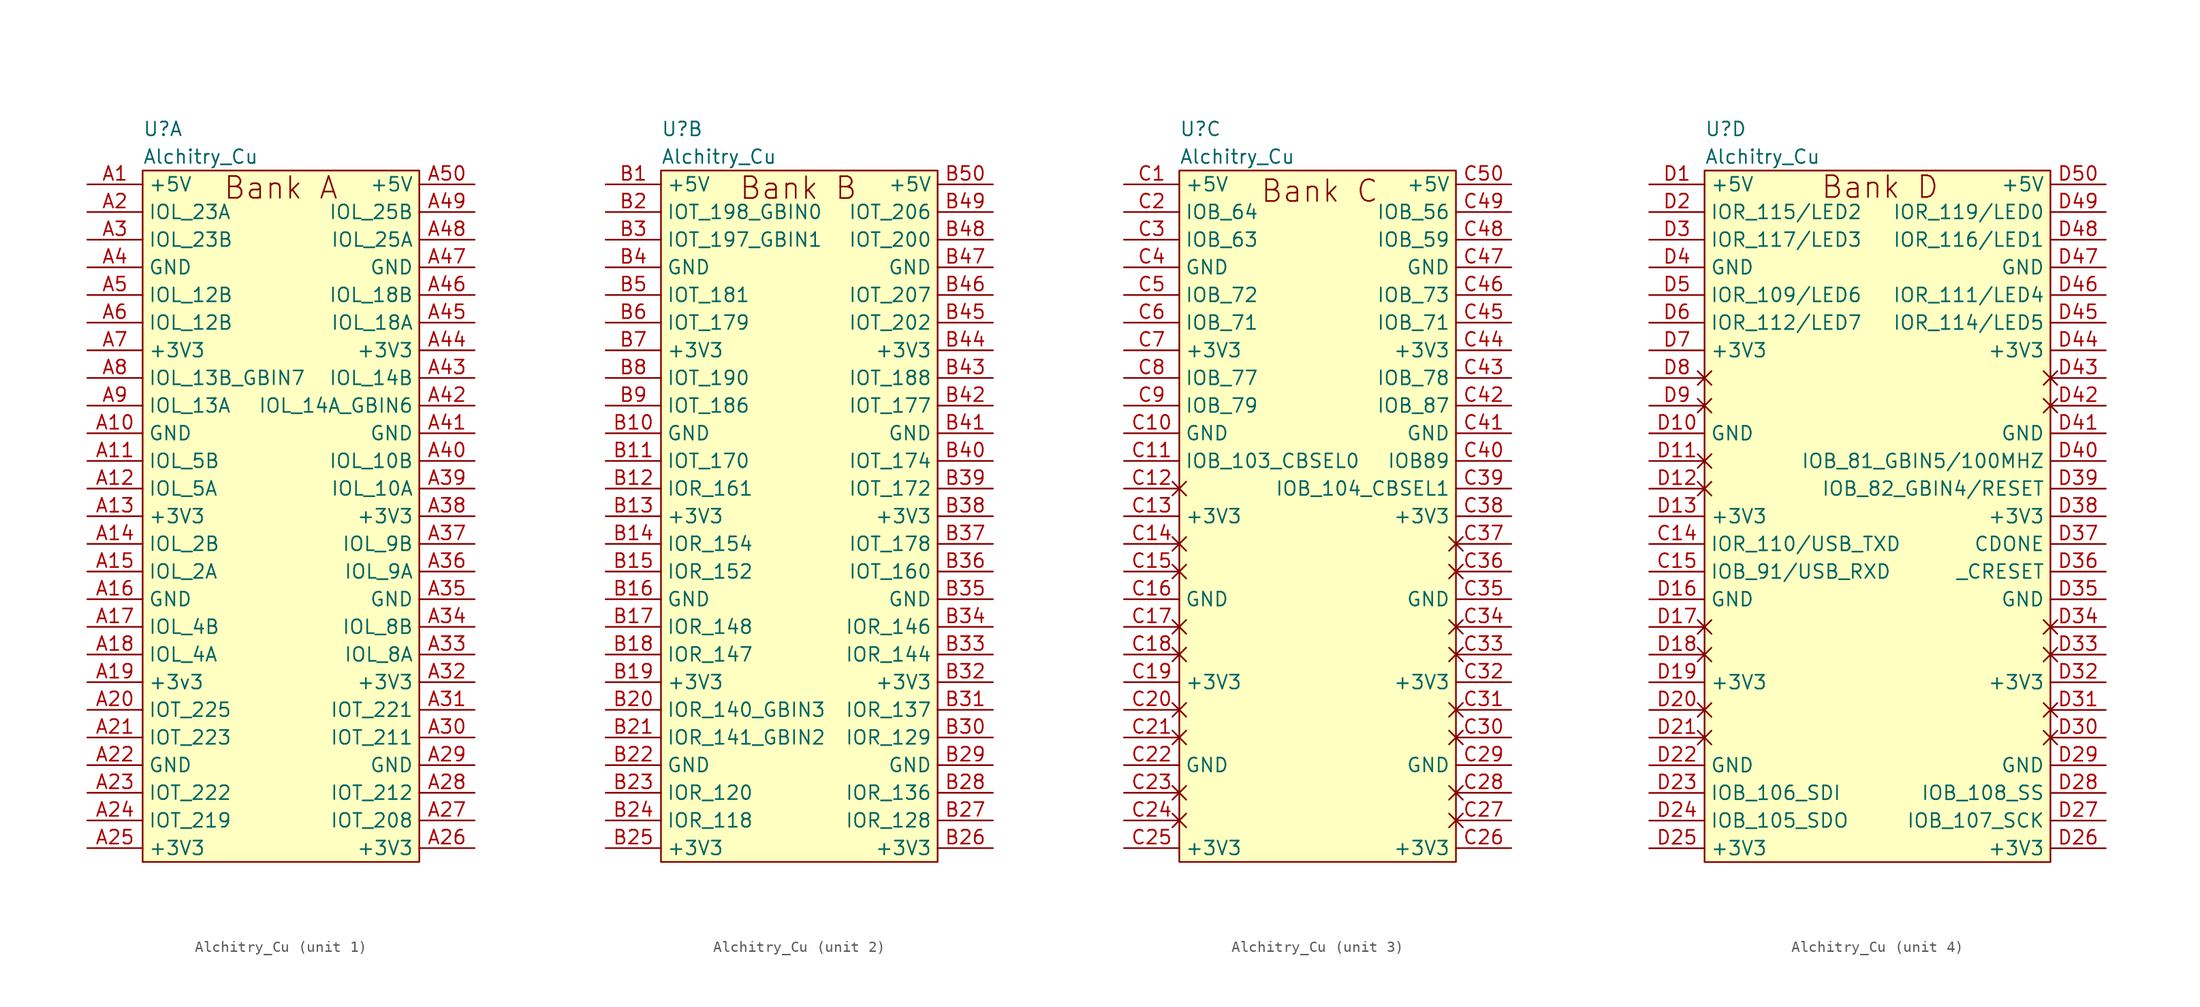
<source format=kicad_sym>
(kicad_symbol_lib
  (version 20211014)
  (generator kicad_symbol_editor)
  (symbol "Alchitry_Cu"
    (property "Reference" "U"
      (at 0 5.08 0)
      (effects (font (size 1.27 1.27)) (justify left)))
    (property "Value" "Alchitry_Cu"
      (at 0 2.54 0)
      (effects (font (size 1.27 1.27)) (justify left)))
    (property "ki_locked" ""
      (at 0 0 0)
      (effects (font (size 1.27 1.27))))
    (symbol "Alchitry_Cu_1_0"
      (text "Bank A" (at 12.692 -0.314 0) (effects (font (size 2 2)))))
    (symbol "Alchitry_Cu_1_1"
      (rectangle (start 0 1.27) (end 25.4 -62.23) (stroke (width 0) (type default) (color 0 0 0 0)) (fill (type background)))
      (pin power_out line (at -5.08 0 0) (length 5.08) (name "+5V" (effects (font (size 1.27 1.27)))) (number "A1" (effects (font (size 1.27 1.27)))))
      (pin power_out line (at -5.08 -22.86 0) (length 5.08) (name "GND" (effects (font (size 1.27 1.27)))) (number "A10" (effects (font (size 1.27 1.27)))))
      (pin bidirectional line (at -5.08 -25.4 0) (length 5.08) (name "IOL_5B" (effects (font (size 1.27 1.27)))) (number "A11" (effects (font (size 1.27 1.27)))))
      (pin bidirectional line (at -5.08 -27.94 0) (length 5.08) (name "IOL_5A" (effects (font (size 1.27 1.27)))) (number "A12" (effects (font (size 1.27 1.27)))))
      (pin power_out line (at -5.08 -30.48 0) (length 5.08) (name "+3V3" (effects (font (size 1.27 1.27)))) (number "A13" (effects (font (size 1.27 1.27)))))
      (pin bidirectional line (at -5.08 -33.02 0) (length 5.08) (name "IOL_2B" (effects (font (size 1.27 1.27)))) (number "A14" (effects (font (size 1.27 1.27)))))
      (pin bidirectional line (at -5.08 -35.56 0) (length 5.08) (name "IOL_2A" (effects (font (size 1.27 1.27)))) (number "A15" (effects (font (size 1.27 1.27)))))
      (pin power_out line (at -5.08 -38.1 0) (length 5.08) (name "GND" (effects (font (size 1.27 1.27)))) (number "A16" (effects (font (size 1.27 1.27)))))
      (pin bidirectional line (at -5.08 -40.64 0) (length 5.08) (name "IOL_4B" (effects (font (size 1.27 1.27)))) (number "A17" (effects (font (size 1.27 1.27)))))
      (pin bidirectional line (at -5.08 -43.18 0) (length 5.08) (name "IOL_4A" (effects (font (size 1.27 1.27)))) (number "A18" (effects (font (size 1.27 1.27)))))
      (pin power_out line (at -5.08 -45.72 0) (length 5.08) (name "+3v3" (effects (font (size 1.27 1.27)))) (number "A19" (effects (font (size 1.27 1.27)))))
      (pin bidirectional line (at -5.08 -2.54 0) (length 5.08) (name "IOL_23A" (effects (font (size 1.27 1.27)))) (number "A2" (effects (font (size 1.27 1.27)))))
      (pin bidirectional line (at -5.08 -48.26 0) (length 5.08) (name "IOT_225" (effects (font (size 1.27 1.27)))) (number "A20" (effects (font (size 1.27 1.27)))))
      (pin bidirectional line (at -5.08 -50.8 0) (length 5.08) (name "IOT_223" (effects (font (size 1.27 1.27)))) (number "A21" (effects (font (size 1.27 1.27)))))
      (pin power_out line (at -5.08 -53.34 0) (length 5.08) (name "GND" (effects (font (size 1.27 1.27)))) (number "A22" (effects (font (size 1.27 1.27)))))
      (pin bidirectional line (at -5.08 -55.88 0) (length 5.08) (name "IOT_222" (effects (font (size 1.27 1.27)))) (number "A23" (effects (font (size 1.27 1.27)))))
      (pin bidirectional line (at -5.08 -58.42 0) (length 5.08) (name "IOT_219" (effects (font (size 1.27 1.27)))) (number "A24" (effects (font (size 1.27 1.27)))))
      (pin power_out line (at -5.08 -60.96 0) (length 5.08) (name "+3V3" (effects (font (size 1.27 1.27)))) (number "A25" (effects (font (size 1.27 1.27)))))
      (pin power_out line (at 30.48 -60.96 180) (length 5.08) (name "+3V3" (effects (font (size 1.27 1.27)))) (number "A26" (effects (font (size 1.27 1.27)))))
      (pin bidirectional line (at 30.48 -58.42 180) (length 5.08) (name "IOT_208" (effects (font (size 1.27 1.27)))) (number "A27" (effects (font (size 1.27 1.27)))))
      (pin bidirectional line (at 30.48 -55.88 180) (length 5.08) (name "IOT_212" (effects (font (size 1.27 1.27)))) (number "A28" (effects (font (size 1.27 1.27)))))
      (pin power_out line (at 30.48 -53.34 180) (length 5.08) (name "GND" (effects (font (size 1.27 1.27)))) (number "A29" (effects (font (size 1.27 1.27)))))
      (pin bidirectional line (at -5.08 -5.08 0) (length 5.08) (name "IOL_23B" (effects (font (size 1.27 1.27)))) (number "A3" (effects (font (size 1.27 1.27)))))
      (pin bidirectional line (at 30.48 -50.8 180) (length 5.08) (name "IOT_211" (effects (font (size 1.27 1.27)))) (number "A30" (effects (font (size 1.27 1.27)))))
      (pin bidirectional line (at 30.48 -48.26 180) (length 5.08) (name "IOT_221" (effects (font (size 1.27 1.27)))) (number "A31" (effects (font (size 1.27 1.27)))))
      (pin power_out line (at 30.48 -45.72 180) (length 5.08) (name "+3V3" (effects (font (size 1.27 1.27)))) (number "A32" (effects (font (size 1.27 1.27)))))
      (pin bidirectional line (at 30.48 -43.18 180) (length 5.08) (name "IOL_8A" (effects (font (size 1.27 1.27)))) (number "A33" (effects (font (size 1.27 1.27)))))
      (pin bidirectional line (at 30.48 -40.64 180) (length 5.08) (name "IOL_8B" (effects (font (size 1.27 1.27)))) (number "A34" (effects (font (size 1.27 1.27)))))
      (pin power_out line (at 30.48 -38.1 180) (length 5.08) (name "GND" (effects (font (size 1.27 1.27)))) (number "A35" (effects (font (size 1.27 1.27)))))
      (pin bidirectional line (at 30.48 -35.56 180) (length 5.08) (name "IOL_9A" (effects (font (size 1.27 1.27)))) (number "A36" (effects (font (size 1.27 1.27)))))
      (pin bidirectional line (at 30.48 -33.02 180) (length 5.08) (name "IOL_9B" (effects (font (size 1.27 1.27)))) (number "A37" (effects (font (size 1.27 1.27)))))
      (pin power_out line (at 30.48 -30.48 180) (length 5.08) (name "+3V3" (effects (font (size 1.27 1.27)))) (number "A38" (effects (font (size 1.27 1.27)))))
      (pin bidirectional line (at 30.48 -27.94 180) (length 5.08) (name "IOL_10A" (effects (font (size 1.27 1.27)))) (number "A39" (effects (font (size 1.27 1.27)))))
      (pin power_out line (at -5.08 -7.62 0) (length 5.08) (name "GND" (effects (font (size 1.27 1.27)))) (number "A4" (effects (font (size 1.27 1.27)))))
      (pin bidirectional line (at 30.48 -25.4 180) (length 5.08) (name "IOL_10B" (effects (font (size 1.27 1.27)))) (number "A40" (effects (font (size 1.27 1.27)))))
      (pin power_out line (at 30.48 -22.86 180) (length 5.08) (name "GND" (effects (font (size 1.27 1.27)))) (number "A41" (effects (font (size 1.27 1.27)))))
      (pin bidirectional line (at 30.48 -20.32 180) (length 5.08) (name "IOL_14A_GBIN6" (effects (font (size 1.27 1.27)))) (number "A42" (effects (font (size 1.27 1.27)))))
      (pin bidirectional line (at 30.48 -17.78 180) (length 5.08) (name "IOL_14B" (effects (font (size 1.27 1.27)))) (number "A43" (effects (font (size 1.27 1.27)))))
      (pin power_out line (at 30.48 -15.24 180) (length 5.08) (name "+3V3" (effects (font (size 1.27 1.27)))) (number "A44" (effects (font (size 1.27 1.27)))))
      (pin bidirectional line (at 30.48 -12.7 180) (length 5.08) (name "IOL_18A" (effects (font (size 1.27 1.27)))) (number "A45" (effects (font (size 1.27 1.27)))))
      (pin bidirectional line (at 30.48 -10.16 180) (length 5.08) (name "IOL_18B" (effects (font (size 1.27 1.27)))) (number "A46" (effects (font (size 1.27 1.27)))))
      (pin power_out line (at 30.48 -7.62 180) (length 5.08) (name "GND" (effects (font (size 1.27 1.27)))) (number "A47" (effects (font (size 1.27 1.27)))))
      (pin bidirectional line (at 30.48 -5.08 180) (length 5.08) (name "IOL_25A" (effects (font (size 1.27 1.27)))) (number "A48" (effects (font (size 1.27 1.27)))))
      (pin bidirectional line (at 30.48 -2.54 180) (length 5.08) (name "IOL_25B" (effects (font (size 1.27 1.27)))) (number "A49" (effects (font (size 1.27 1.27)))))
      (pin bidirectional line (at -5.08 -10.16 0) (length 5.08) (name "IOL_12B" (effects (font (size 1.27 1.27)))) (number "A5" (effects (font (size 1.27 1.27)))))
      (pin power_out line (at 30.48 0 180) (length 5.08) (name "+5V" (effects (font (size 1.27 1.27)))) (number "A50" (effects (font (size 1.27 1.27)))))
      (pin bidirectional line (at -5.08 -12.7 0) (length 5.08) (name "IOL_12B" (effects (font (size 1.27 1.27)))) (number "A6" (effects (font (size 1.27 1.27)))))
      (pin power_out line (at -5.08 -15.24 0) (length 5.08) (name "+3V3" (effects (font (size 1.27 1.27)))) (number "A7" (effects (font (size 1.27 1.27)))))
      (pin bidirectional line (at -5.08 -17.78 0) (length 5.08) (name "IOL_13B_GBIN7" (effects (font (size 1.27 1.27)))) (number "A8" (effects (font (size 1.27 1.27)))))
      (pin bidirectional line (at -5.08 -20.32 0) (length 5.08) (name "IOL_13A" (effects (font (size 1.27 1.27)))) (number "A9" (effects (font (size 1.27 1.27))))))
    (symbol "Alchitry_Cu_2_0"
      (text "Bank B" (at 12.607 -0.332 0) (effects (font (size 2 2)))))
    (symbol "Alchitry_Cu_2_1"
      (rectangle (start 0 1.27) (end 25.4 -62.23) (stroke (width 0) (type default) (color 0 0 0 0)) (fill (type background)))
      (pin power_out line (at -5.08 0 0) (length 5.08) (name "+5V" (effects (font (size 1.27 1.27)))) (number "B1" (effects (font (size 1.27 1.27)))))
      (pin power_out line (at -5.08 -22.86 0) (length 5.08) (name "GND" (effects (font (size 1.27 1.27)))) (number "B10" (effects (font (size 1.27 1.27)))))
      (pin bidirectional line (at -5.08 -25.4 0) (length 5.08) (name "IOT_170" (effects (font (size 1.27 1.27)))) (number "B11" (effects (font (size 1.27 1.27)))))
      (pin bidirectional line (at -5.08 -27.94 0) (length 5.08) (name "IOR_161" (effects (font (size 1.27 1.27)))) (number "B12" (effects (font (size 1.27 1.27)))))
      (pin power_out line (at -5.08 -30.48 0) (length 5.08) (name "+3V3" (effects (font (size 1.27 1.27)))) (number "B13" (effects (font (size 1.27 1.27)))))
      (pin bidirectional line (at -5.08 -33.02 0) (length 5.08) (name "IOR_154" (effects (font (size 1.27 1.27)))) (number "B14" (effects (font (size 1.27 1.27)))))
      (pin bidirectional line (at -5.08 -35.56 0) (length 5.08) (name "IOR_152" (effects (font (size 1.27 1.27)))) (number "B15" (effects (font (size 1.27 1.27)))))
      (pin power_out line (at -5.08 -38.1 0) (length 5.08) (name "GND" (effects (font (size 1.27 1.27)))) (number "B16" (effects (font (size 1.27 1.27)))))
      (pin bidirectional line (at -5.08 -40.64 0) (length 5.08) (name "IOR_148" (effects (font (size 1.27 1.27)))) (number "B17" (effects (font (size 1.27 1.27)))))
      (pin bidirectional line (at -5.08 -43.18 0) (length 5.08) (name "IOR_147" (effects (font (size 1.27 1.27)))) (number "B18" (effects (font (size 1.27 1.27)))))
      (pin power_out line (at -5.08 -45.72 0) (length 5.08) (name "+3V3" (effects (font (size 1.27 1.27)))) (number "B19" (effects (font (size 1.27 1.27)))))
      (pin bidirectional line (at -5.08 -2.54 0) (length 5.08) (name "IOT_198_GBIN0" (effects (font (size 1.27 1.27)))) (number "B2" (effects (font (size 1.27 1.27)))))
      (pin bidirectional line (at -5.08 -48.26 0) (length 5.08) (name "IOR_140_GBIN3" (effects (font (size 1.27 1.27)))) (number "B20" (effects (font (size 1.27 1.27)))))
      (pin bidirectional line (at -5.08 -50.8 0) (length 5.08) (name "IOR_141_GBIN2" (effects (font (size 1.27 1.27)))) (number "B21" (effects (font (size 1.27 1.27)))))
      (pin power_out line (at -5.08 -53.34 0) (length 5.08) (name "GND" (effects (font (size 1.27 1.27)))) (number "B22" (effects (font (size 1.27 1.27)))))
      (pin bidirectional line (at -5.08 -55.88 0) (length 5.08) (name "IOR_120" (effects (font (size 1.27 1.27)))) (number "B23" (effects (font (size 1.27 1.27)))))
      (pin bidirectional line (at -5.08 -58.42 0) (length 5.08) (name "IOR_118" (effects (font (size 1.27 1.27)))) (number "B24" (effects (font (size 1.27 1.27)))))
      (pin power_out line (at -5.08 -60.96 0) (length 5.08) (name "+3V3" (effects (font (size 1.27 1.27)))) (number "B25" (effects (font (size 1.27 1.27)))))
      (pin power_out line (at 30.48 -60.96 180) (length 5.08) (name "+3V3" (effects (font (size 1.27 1.27)))) (number "B26" (effects (font (size 1.27 1.27)))))
      (pin bidirectional line (at 30.48 -58.42 180) (length 5.08) (name "IOR_128" (effects (font (size 1.27 1.27)))) (number "B27" (effects (font (size 1.27 1.27)))))
      (pin bidirectional line (at 30.48 -55.88 180) (length 5.08) (name "IOR_136" (effects (font (size 1.27 1.27)))) (number "B28" (effects (font (size 1.27 1.27)))))
      (pin power_out line (at 30.48 -53.34 180) (length 5.08) (name "GND" (effects (font (size 1.27 1.27)))) (number "B29" (effects (font (size 1.27 1.27)))))
      (pin bidirectional line (at -5.08 -5.08 0) (length 5.08) (name "IOT_197_GBIN1" (effects (font (size 1.27 1.27)))) (number "B3" (effects (font (size 1.27 1.27)))))
      (pin bidirectional line (at 30.48 -50.8 180) (length 5.08) (name "IOR_129" (effects (font (size 1.27 1.27)))) (number "B30" (effects (font (size 1.27 1.27)))))
      (pin bidirectional line (at 30.48 -48.26 180) (length 5.08) (name "IOR_137" (effects (font (size 1.27 1.27)))) (number "B31" (effects (font (size 1.27 1.27)))))
      (pin power_out line (at 30.48 -45.72 180) (length 5.08) (name "+3V3" (effects (font (size 1.27 1.27)))) (number "B32" (effects (font (size 1.27 1.27)))))
      (pin bidirectional line (at 30.48 -43.18 180) (length 5.08) (name "IOR_144" (effects (font (size 1.27 1.27)))) (number "B33" (effects (font (size 1.27 1.27)))))
      (pin bidirectional line (at 30.48 -40.64 180) (length 5.08) (name "IOR_146" (effects (font (size 1.27 1.27)))) (number "B34" (effects (font (size 1.27 1.27)))))
      (pin power_out line (at 30.48 -38.1 180) (length 5.08) (name "GND" (effects (font (size 1.27 1.27)))) (number "B35" (effects (font (size 1.27 1.27)))))
      (pin bidirectional line (at 30.48 -35.56 180) (length 5.08) (name "IOT_160" (effects (font (size 1.27 1.27)))) (number "B36" (effects (font (size 1.27 1.27)))))
      (pin bidirectional line (at 30.48 -33.02 180) (length 5.08) (name "IOT_178" (effects (font (size 1.27 1.27)))) (number "B37" (effects (font (size 1.27 1.27)))))
      (pin power_out line (at 30.48 -30.48 180) (length 5.08) (name "+3V3" (effects (font (size 1.27 1.27)))) (number "B38" (effects (font (size 1.27 1.27)))))
      (pin bidirectional line (at 30.48 -27.94 180) (length 5.08) (name "IOT_172" (effects (font (size 1.27 1.27)))) (number "B39" (effects (font (size 1.27 1.27)))))
      (pin power_out line (at -5.08 -7.62 0) (length 5.08) (name "GND" (effects (font (size 1.27 1.27)))) (number "B4" (effects (font (size 1.27 1.27)))))
      (pin bidirectional line (at 30.48 -25.4 180) (length 5.08) (name "IOT_174" (effects (font (size 1.27 1.27)))) (number "B40" (effects (font (size 1.27 1.27)))))
      (pin power_out line (at 30.48 -22.86 180) (length 5.08) (name "GND" (effects (font (size 1.27 1.27)))) (number "B41" (effects (font (size 1.27 1.27)))))
      (pin bidirectional line (at 30.48 -20.32 180) (length 5.08) (name "IOT_177" (effects (font (size 1.27 1.27)))) (number "B42" (effects (font (size 1.27 1.27)))))
      (pin bidirectional line (at 30.48 -17.78 180) (length 5.08) (name "IOT_188" (effects (font (size 1.27 1.27)))) (number "B43" (effects (font (size 1.27 1.27)))))
      (pin power_out line (at 30.48 -15.24 180) (length 5.08) (name "+3V3" (effects (font (size 1.27 1.27)))) (number "B44" (effects (font (size 1.27 1.27)))))
      (pin bidirectional line (at 30.48 -12.7 180) (length 5.08) (name "IOT_202" (effects (font (size 1.27 1.27)))) (number "B45" (effects (font (size 1.27 1.27)))))
      (pin bidirectional line (at 30.48 -10.16 180) (length 5.08) (name "IOT_207" (effects (font (size 1.27 1.27)))) (number "B46" (effects (font (size 1.27 1.27)))))
      (pin power_out line (at 30.48 -7.62 180) (length 5.08) (name "GND" (effects (font (size 1.27 1.27)))) (number "B47" (effects (font (size 1.27 1.27)))))
      (pin bidirectional line (at 30.48 -5.08 180) (length 5.08) (name "IOT_200" (effects (font (size 1.27 1.27)))) (number "B48" (effects (font (size 1.27 1.27)))))
      (pin bidirectional line (at 30.48 -2.54 180) (length 5.08) (name "IOT_206" (effects (font (size 1.27 1.27)))) (number "B49" (effects (font (size 1.27 1.27)))))
      (pin bidirectional line (at -5.08 -10.16 0) (length 5.08) (name "IOT_181" (effects (font (size 1.27 1.27)))) (number "B5" (effects (font (size 1.27 1.27)))))
      (pin power_out line (at 30.48 0 180) (length 5.08) (name "+5V" (effects (font (size 1.27 1.27)))) (number "B50" (effects (font (size 1.27 1.27)))))
      (pin bidirectional line (at -5.08 -12.7 0) (length 5.08) (name "IOT_179" (effects (font (size 1.27 1.27)))) (number "B6" (effects (font (size 1.27 1.27)))))
      (pin power_out line (at -5.08 -15.24 0) (length 5.08) (name "+3V3" (effects (font (size 1.27 1.27)))) (number "B7" (effects (font (size 1.27 1.27)))))
      (pin bidirectional line (at -5.08 -17.78 0) (length 5.08) (name "IOT_190" (effects (font (size 1.27 1.27)))) (number "B8" (effects (font (size 1.27 1.27)))))
      (pin bidirectional line (at -5.08 -20.32 0) (length 5.08) (name "IOT_186" (effects (font (size 1.27 1.27)))) (number "B9" (effects (font (size 1.27 1.27))))))
    (symbol "Alchitry_Cu_3_0"
      (text "Bank C" (at 12.883 -0.608 0) (effects (font (size 2 2)))))
    (symbol "Alchitry_Cu_3_1"
      (rectangle (start 0 1.27) (end 25.4 -62.23) (stroke (width 0) (type default) (color 0 0 0 0)) (fill (type background)))
      (pin power_out line (at -5.08 0 0) (length 5.08) (name "+5V" (effects (font (size 1.27 1.27)))) (number "C1" (effects (font (size 1.27 1.27)))))
      (pin power_out line (at -5.08 -22.86 0) (length 5.08) (name "GND" (effects (font (size 1.27 1.27)))) (number "C10" (effects (font (size 1.27 1.27)))))
      (pin bidirectional line (at -5.08 -25.4 0) (length 5.08) (name "IOB_103_CBSEL0" (effects (font (size 1.27 1.27)))) (number "C11" (effects (font (size 1.27 1.27)))))
      (pin free non_logic (at -5.08 -27.94 0) (length 5.08) (name "" (effects (font (size 1.27 1.27)))) (number "C12" (effects (font (size 1.27 1.27)))))
      (pin power_out line (at -5.08 -30.48 0) (length 5.08) (name "+3V3" (effects (font (size 1.27 1.27)))) (number "C13" (effects (font (size 1.27 1.27)))))
      (pin free non_logic (at -5.08 -33.02 0) (length 5.08) (name "" (effects (font (size 1.27 1.27)))) (number "C14" (effects (font (size 1.27 1.27)))))
      (pin free non_logic (at -5.08 -35.56 0) (length 5.08) (name "" (effects (font (size 1.27 1.27)))) (number "C15" (effects (font (size 1.27 1.27)))))
      (pin power_out line (at -5.08 -38.1 0) (length 5.08) (name "GND" (effects (font (size 1.27 1.27)))) (number "C16" (effects (font (size 1.27 1.27)))))
      (pin free non_logic (at -5.08 -40.64 0) (length 5.08) (name "" (effects (font (size 1.27 1.27)))) (number "C17" (effects (font (size 1.27 1.27)))))
      (pin free non_logic (at -5.08 -43.18 0) (length 5.08) (name "" (effects (font (size 1.27 1.27)))) (number "C18" (effects (font (size 1.27 1.27)))))
      (pin power_out line (at -5.08 -45.72 0) (length 5.08) (name "+3V3" (effects (font (size 1.27 1.27)))) (number "C19" (effects (font (size 1.27 1.27)))))
      (pin bidirectional line (at -5.08 -2.54 0) (length 5.08) (name "IOB_64" (effects (font (size 1.27 1.27)))) (number "C2" (effects (font (size 1.27 1.27)))))
      (pin free non_logic (at -5.08 -48.26 0) (length 5.08) (name "" (effects (font (size 1.27 1.27)))) (number "C20" (effects (font (size 1.27 1.27)))))
      (pin free non_logic (at -5.08 -50.8 0) (length 5.08) (name "" (effects (font (size 1.27 1.27)))) (number "C21" (effects (font (size 1.27 1.27)))))
      (pin power_out line (at -5.08 -53.34 0) (length 5.08) (name "GND" (effects (font (size 1.27 1.27)))) (number "C22" (effects (font (size 1.27 1.27)))))
      (pin free non_logic (at -5.08 -55.88 0) (length 5.08) (name "" (effects (font (size 1.27 1.27)))) (number "C23" (effects (font (size 1.27 1.27)))))
      (pin free non_logic (at -5.08 -58.42 0) (length 5.08) (name "" (effects (font (size 1.27 1.27)))) (number "C24" (effects (font (size 1.27 1.27)))))
      (pin power_out line (at -5.08 -60.96 0) (length 5.08) (name "+3V3" (effects (font (size 1.27 1.27)))) (number "C25" (effects (font (size 1.27 1.27)))))
      (pin power_out line (at 30.48 -60.96 180) (length 5.08) (name "+3V3" (effects (font (size 1.27 1.27)))) (number "C26" (effects (font (size 1.27 1.27)))))
      (pin free non_logic (at 30.48 -58.42 180) (length 5.08) (name "" (effects (font (size 1.27 1.27)))) (number "C27" (effects (font (size 1.27 1.27)))))
      (pin free non_logic (at 30.48 -55.88 180) (length 5.08) (name "" (effects (font (size 1.27 1.27)))) (number "C28" (effects (font (size 1.27 1.27)))))
      (pin power_out line (at 30.48 -53.34 180) (length 5.08) (name "GND" (effects (font (size 1.27 1.27)))) (number "C29" (effects (font (size 1.27 1.27)))))
      (pin bidirectional line (at -5.08 -5.08 0) (length 5.08) (name "IOB_63" (effects (font (size 1.27 1.27)))) (number "C3" (effects (font (size 1.27 1.27)))))
      (pin free non_logic (at 30.48 -50.8 180) (length 5.08) (name "" (effects (font (size 1.27 1.27)))) (number "C30" (effects (font (size 1.27 1.27)))))
      (pin free non_logic (at 30.48 -48.26 180) (length 5.08) (name "" (effects (font (size 1.27 1.27)))) (number "C31" (effects (font (size 1.27 1.27)))))
      (pin power_out line (at 30.48 -45.72 180) (length 5.08) (name "+3V3" (effects (font (size 1.27 1.27)))) (number "C32" (effects (font (size 1.27 1.27)))))
      (pin free non_logic (at 30.48 -43.18 180) (length 5.08) (name "" (effects (font (size 1.27 1.27)))) (number "C33" (effects (font (size 1.27 1.27)))))
      (pin free non_logic (at 30.48 -40.64 180) (length 5.08) (name "" (effects (font (size 1.27 1.27)))) (number "C34" (effects (font (size 1.27 1.27)))))
      (pin power_out line (at 30.48 -38.1 180) (length 5.08) (name "GND" (effects (font (size 1.27 1.27)))) (number "C35" (effects (font (size 1.27 1.27)))))
      (pin free non_logic (at 30.48 -35.56 180) (length 5.08) (name "" (effects (font (size 1.27 1.27)))) (number "C36" (effects (font (size 1.27 1.27)))))
      (pin free non_logic (at 30.48 -33.02 180) (length 5.08) (name "" (effects (font (size 1.27 1.27)))) (number "C37" (effects (font (size 1.27 1.27)))))
      (pin power_out line (at 30.48 -30.48 180) (length 5.08) (name "+3V3" (effects (font (size 1.27 1.27)))) (number "C38" (effects (font (size 1.27 1.27)))))
      (pin bidirectional line (at 30.48 -27.94 180) (length 5.08) (name "IOB_104_CBSEL1" (effects (font (size 1.27 1.27)))) (number "C39" (effects (font (size 1.27 1.27)))))
      (pin power_out line (at -5.08 -7.62 0) (length 5.08) (name "GND" (effects (font (size 1.27 1.27)))) (number "C4" (effects (font (size 1.27 1.27)))))
      (pin bidirectional line (at 30.48 -25.4 180) (length 5.08) (name "IOB89" (effects (font (size 1.27 1.27)))) (number "C40" (effects (font (size 1.27 1.27)))))
      (pin power_out line (at 30.48 -22.86 180) (length 5.08) (name "GND" (effects (font (size 1.27 1.27)))) (number "C41" (effects (font (size 1.27 1.27)))))
      (pin bidirectional line (at 30.48 -20.32 180) (length 5.08) (name "IOB_87" (effects (font (size 1.27 1.27)))) (number "C42" (effects (font (size 1.27 1.27)))))
      (pin bidirectional line (at 30.48 -17.78 180) (length 5.08) (name "IOB_78" (effects (font (size 1.27 1.27)))) (number "C43" (effects (font (size 1.27 1.27)))))
      (pin power_out line (at 30.48 -15.24 180) (length 5.08) (name "+3V3" (effects (font (size 1.27 1.27)))) (number "C44" (effects (font (size 1.27 1.27)))))
      (pin bidirectional line (at 30.48 -12.7 180) (length 5.08) (name "IOB_71" (effects (font (size 1.27 1.27)))) (number "C45" (effects (font (size 1.27 1.27)))))
      (pin bidirectional line (at 30.48 -10.16 180) (length 5.08) (name "IOB_73" (effects (font (size 1.27 1.27)))) (number "C46" (effects (font (size 1.27 1.27)))))
      (pin power_out line (at 30.48 -7.62 180) (length 5.08) (name "GND" (effects (font (size 1.27 1.27)))) (number "C47" (effects (font (size 1.27 1.27)))))
      (pin bidirectional line (at 30.48 -5.08 180) (length 5.08) (name "IOB_59" (effects (font (size 1.27 1.27)))) (number "C48" (effects (font (size 1.27 1.27)))))
      (pin bidirectional line (at 30.48 -2.54 180) (length 5.08) (name "IOB_56" (effects (font (size 1.27 1.27)))) (number "C49" (effects (font (size 1.27 1.27)))))
      (pin bidirectional line (at -5.08 -10.16 0) (length 5.08) (name "IOB_72" (effects (font (size 1.27 1.27)))) (number "C5" (effects (font (size 1.27 1.27)))))
      (pin power_out line (at 30.48 0 180) (length 5.08) (name "+5V" (effects (font (size 1.27 1.27)))) (number "C50" (effects (font (size 1.27 1.27)))))
      (pin bidirectional line (at -5.08 -12.7 0) (length 5.08) (name "IOB_71" (effects (font (size 1.27 1.27)))) (number "C6" (effects (font (size 1.27 1.27)))))
      (pin power_out line (at -5.08 -15.24 0) (length 5.08) (name "+3V3" (effects (font (size 1.27 1.27)))) (number "C7" (effects (font (size 1.27 1.27)))))
      (pin bidirectional line (at -5.08 -17.78 0) (length 5.08) (name "IOB_77" (effects (font (size 1.27 1.27)))) (number "C8" (effects (font (size 1.27 1.27)))))
      (pin bidirectional line (at -5.08 -20.32 0) (length 5.08) (name "IOB_79" (effects (font (size 1.27 1.27)))) (number "C9" (effects (font (size 1.27 1.27))))))
    (symbol "Alchitry_Cu_4_0"
      (text "Bank D" (at 16.104 -0.239 0) (effects (font (size 2 2)))))
    (symbol "Alchitry_Cu_4_1"
      (rectangle (start 0 1.27) (end 31.75 -62.23) (stroke (width 0) (type default) (color 0 0 0 0)) (fill (type background)))
      (pin bidirectional line (at -5.08 -33.02 0) (length 5.08) (name "IOR_110/USB_TXD" (effects (font (size 1.27 1.27)))) (number "C14" (effects (font (size 1.27 1.27)))))
      (pin bidirectional line (at -5.08 -35.56 0) (length 5.08) (name "IOB_91/USB_RXD" (effects (font (size 1.27 1.27)))) (number "C15" (effects (font (size 1.27 1.27)))))
      (pin power_out line (at -5.08 0 0) (length 5.08) (name "+5V" (effects (font (size 1.27 1.27)))) (number "D1" (effects (font (size 1.27 1.27)))))
      (pin power_out line (at -5.08 -22.86 0) (length 5.08) (name "GND" (effects (font (size 1.27 1.27)))) (number "D10" (effects (font (size 1.27 1.27)))))
      (pin free non_logic (at -5.08 -25.4 0) (length 5.08) (name "" (effects (font (size 1.27 1.27)))) (number "D11" (effects (font (size 1.27 1.27)))))
      (pin free non_logic (at -5.08 -27.94 0) (length 5.08) (name "" (effects (font (size 1.27 1.27)))) (number "D12" (effects (font (size 1.27 1.27)))))
      (pin power_out line (at -5.08 -30.48 0) (length 5.08) (name "+3V3" (effects (font (size 1.27 1.27)))) (number "D13" (effects (font (size 1.27 1.27)))))
      (pin power_out line (at -5.08 -38.1 0) (length 5.08) (name "GND" (effects (font (size 1.27 1.27)))) (number "D16" (effects (font (size 1.27 1.27)))))
      (pin free non_logic (at -5.08 -40.64 0) (length 5.08) (name "" (effects (font (size 1.27 1.27)))) (number "D17" (effects (font (size 1.27 1.27)))))
      (pin free non_logic (at -5.08 -43.18 0) (length 5.08) (name "" (effects (font (size 1.27 1.27)))) (number "D18" (effects (font (size 1.27 1.27)))))
      (pin power_out line (at -5.08 -45.72 0) (length 5.08) (name "+3V3" (effects (font (size 1.27 1.27)))) (number "D19" (effects (font (size 1.27 1.27)))))
      (pin bidirectional line (at -5.08 -2.54 0) (length 5.08) (name "IOR_115/LED2" (effects (font (size 1.27 1.27)))) (number "D2" (effects (font (size 1.27 1.27)))))
      (pin free non_logic (at -5.08 -48.26 0) (length 5.08) (name "" (effects (font (size 1.27 1.27)))) (number "D20" (effects (font (size 1.27 1.27)))))
      (pin free non_logic (at -5.08 -50.8 0) (length 5.08) (name "" (effects (font (size 1.27 1.27)))) (number "D21" (effects (font (size 1.27 1.27)))))
      (pin power_out line (at -5.08 -53.34 0) (length 5.08) (name "GND" (effects (font (size 1.27 1.27)))) (number "D22" (effects (font (size 1.27 1.27)))))
      (pin bidirectional line (at -5.08 -55.88 0) (length 5.08) (name "IOB_106_SDI" (effects (font (size 1.27 1.27)))) (number "D23" (effects (font (size 1.27 1.27)))))
      (pin bidirectional line (at -5.08 -58.42 0) (length 5.08) (name "IOB_105_SDO" (effects (font (size 1.27 1.27)))) (number "D24" (effects (font (size 1.27 1.27)))))
      (pin power_out line (at -5.08 -60.96 0) (length 5.08) (name "+3V3" (effects (font (size 1.27 1.27)))) (number "D25" (effects (font (size 1.27 1.27)))))
      (pin power_out line (at 36.83 -60.96 180) (length 5.08) (name "+3V3" (effects (font (size 1.27 1.27)))) (number "D26" (effects (font (size 1.27 1.27)))))
      (pin bidirectional line (at 36.83 -58.42 180) (length 5.08) (name "IOB_107_SCK" (effects (font (size 1.27 1.27)))) (number "D27" (effects (font (size 1.27 1.27)))))
      (pin bidirectional line (at 36.83 -55.88 180) (length 5.08) (name "IOB_108_SS" (effects (font (size 1.27 1.27)))) (number "D28" (effects (font (size 1.27 1.27)))))
      (pin power_out line (at 36.83 -53.34 180) (length 5.08) (name "GND" (effects (font (size 1.27 1.27)))) (number "D29" (effects (font (size 1.27 1.27)))))
      (pin bidirectional line (at -5.08 -5.08 0) (length 5.08) (name "IOR_117/LED3" (effects (font (size 1.27 1.27)))) (number "D3" (effects (font (size 1.27 1.27)))))
      (pin free non_logic (at 36.83 -50.8 180) (length 5.08) (name "" (effects (font (size 1.27 1.27)))) (number "D30" (effects (font (size 1.27 1.27)))))
      (pin free non_logic (at 36.83 -48.26 180) (length 5.08) (name "" (effects (font (size 1.27 1.27)))) (number "D31" (effects (font (size 1.27 1.27)))))
      (pin power_out line (at 36.83 -45.72 180) (length 5.08) (name "+3V3" (effects (font (size 1.27 1.27)))) (number "D32" (effects (font (size 1.27 1.27)))))
      (pin free non_logic (at 36.83 -43.18 180) (length 5.08) (name "" (effects (font (size 1.27 1.27)))) (number "D33" (effects (font (size 1.27 1.27)))))
      (pin free non_logic (at 36.83 -40.64 180) (length 5.08) (name "" (effects (font (size 1.27 1.27)))) (number "D34" (effects (font (size 1.27 1.27)))))
      (pin power_out line (at 36.83 -38.1 180) (length 5.08) (name "GND" (effects (font (size 1.27 1.27)))) (number "D35" (effects (font (size 1.27 1.27)))))
      (pin bidirectional line (at 36.83 -35.56 180) (length 5.08) (name "_CRESET" (effects (font (size 1.27 1.27)))) (number "D36" (effects (font (size 1.27 1.27)))))
      (pin bidirectional line (at 36.83 -33.02 180) (length 5.08) (name "CDONE" (effects (font (size 1.27 1.27)))) (number "D37" (effects (font (size 1.27 1.27)))))
      (pin power_out line (at 36.83 -30.48 180) (length 5.08) (name "+3V3" (effects (font (size 1.27 1.27)))) (number "D38" (effects (font (size 1.27 1.27)))))
      (pin bidirectional line (at 36.83 -27.94 180) (length 5.08) (name "IOB_82_GBIN4/RESET" (effects (font (size 1.27 1.27)))) (number "D39" (effects (font (size 1.27 1.27)))))
      (pin power_out line (at -5.08 -7.62 0) (length 5.08) (name "GND" (effects (font (size 1.27 1.27)))) (number "D4" (effects (font (size 1.27 1.27)))))
      (pin bidirectional line (at 36.83 -25.4 180) (length 5.08) (name "IOB_81_GBIN5/100MHZ" (effects (font (size 1.27 1.27)))) (number "D40" (effects (font (size 1.27 1.27)))))
      (pin power_out line (at 36.83 -22.86 180) (length 5.08) (name "GND" (effects (font (size 1.27 1.27)))) (number "D41" (effects (font (size 1.27 1.27)))))
      (pin free non_logic (at 36.83 -20.32 180) (length 5.08) (name "" (effects (font (size 1.27 1.27)))) (number "D42" (effects (font (size 1.27 1.27)))))
      (pin free non_logic (at 36.83 -17.78 180) (length 5.08) (name "" (effects (font (size 1.27 1.27)))) (number "D43" (effects (font (size 1.27 1.27)))))
      (pin power_out line (at 36.83 -15.24 180) (length 5.08) (name "+3V3" (effects (font (size 1.27 1.27)))) (number "D44" (effects (font (size 1.27 1.27)))))
      (pin bidirectional line (at 36.83 -12.7 180) (length 5.08) (name "IOR_114/LED5" (effects (font (size 1.27 1.27)))) (number "D45" (effects (font (size 1.27 1.27)))))
      (pin bidirectional line (at 36.83 -10.16 180) (length 5.08) (name "IOR_111/LED4" (effects (font (size 1.27 1.27)))) (number "D46" (effects (font (size 1.27 1.27)))))
      (pin power_out line (at 36.83 -7.62 180) (length 5.08) (name "GND" (effects (font (size 1.27 1.27)))) (number "D47" (effects (font (size 1.27 1.27)))))
      (pin bidirectional line (at 36.83 -5.08 180) (length 5.08) (name "IOR_116/LED1" (effects (font (size 1.27 1.27)))) (number "D48" (effects (font (size 1.27 1.27)))))
      (pin bidirectional line (at 36.83 -2.54 180) (length 5.08) (name "IOR_119/LED0" (effects (font (size 1.27 1.27)))) (number "D49" (effects (font (size 1.27 1.27)))))
      (pin bidirectional line (at -5.08 -10.16 0) (length 5.08) (name "IOR_109/LED6" (effects (font (size 1.27 1.27)))) (number "D5" (effects (font (size 1.27 1.27)))))
      (pin power_out line (at 36.83 0 180) (length 5.08) (name "+5V" (effects (font (size 1.27 1.27)))) (number "D50" (effects (font (size 1.27 1.27)))))
      (pin bidirectional line (at -5.08 -12.7 0) (length 5.08) (name "IOR_112/LED7" (effects (font (size 1.27 1.27)))) (number "D6" (effects (font (size 1.27 1.27)))))
      (pin power_out line (at -5.08 -15.24 0) (length 5.08) (name "+3V3" (effects (font (size 1.27 1.27)))) (number "D7" (effects (font (size 1.27 1.27)))))
      (pin free non_logic (at -5.08 -17.78 0) (length 5.08) (name "" (effects (font (size 1.27 1.27)))) (number "D8" (effects (font (size 1.27 1.27)))))
      (pin free non_logic (at -5.08 -20.32 0) (length 5.08) (name "" (effects (font (size 1.27 1.27)))) (number "D9" (effects (font (size 1.27 1.27))))))))
</source>
